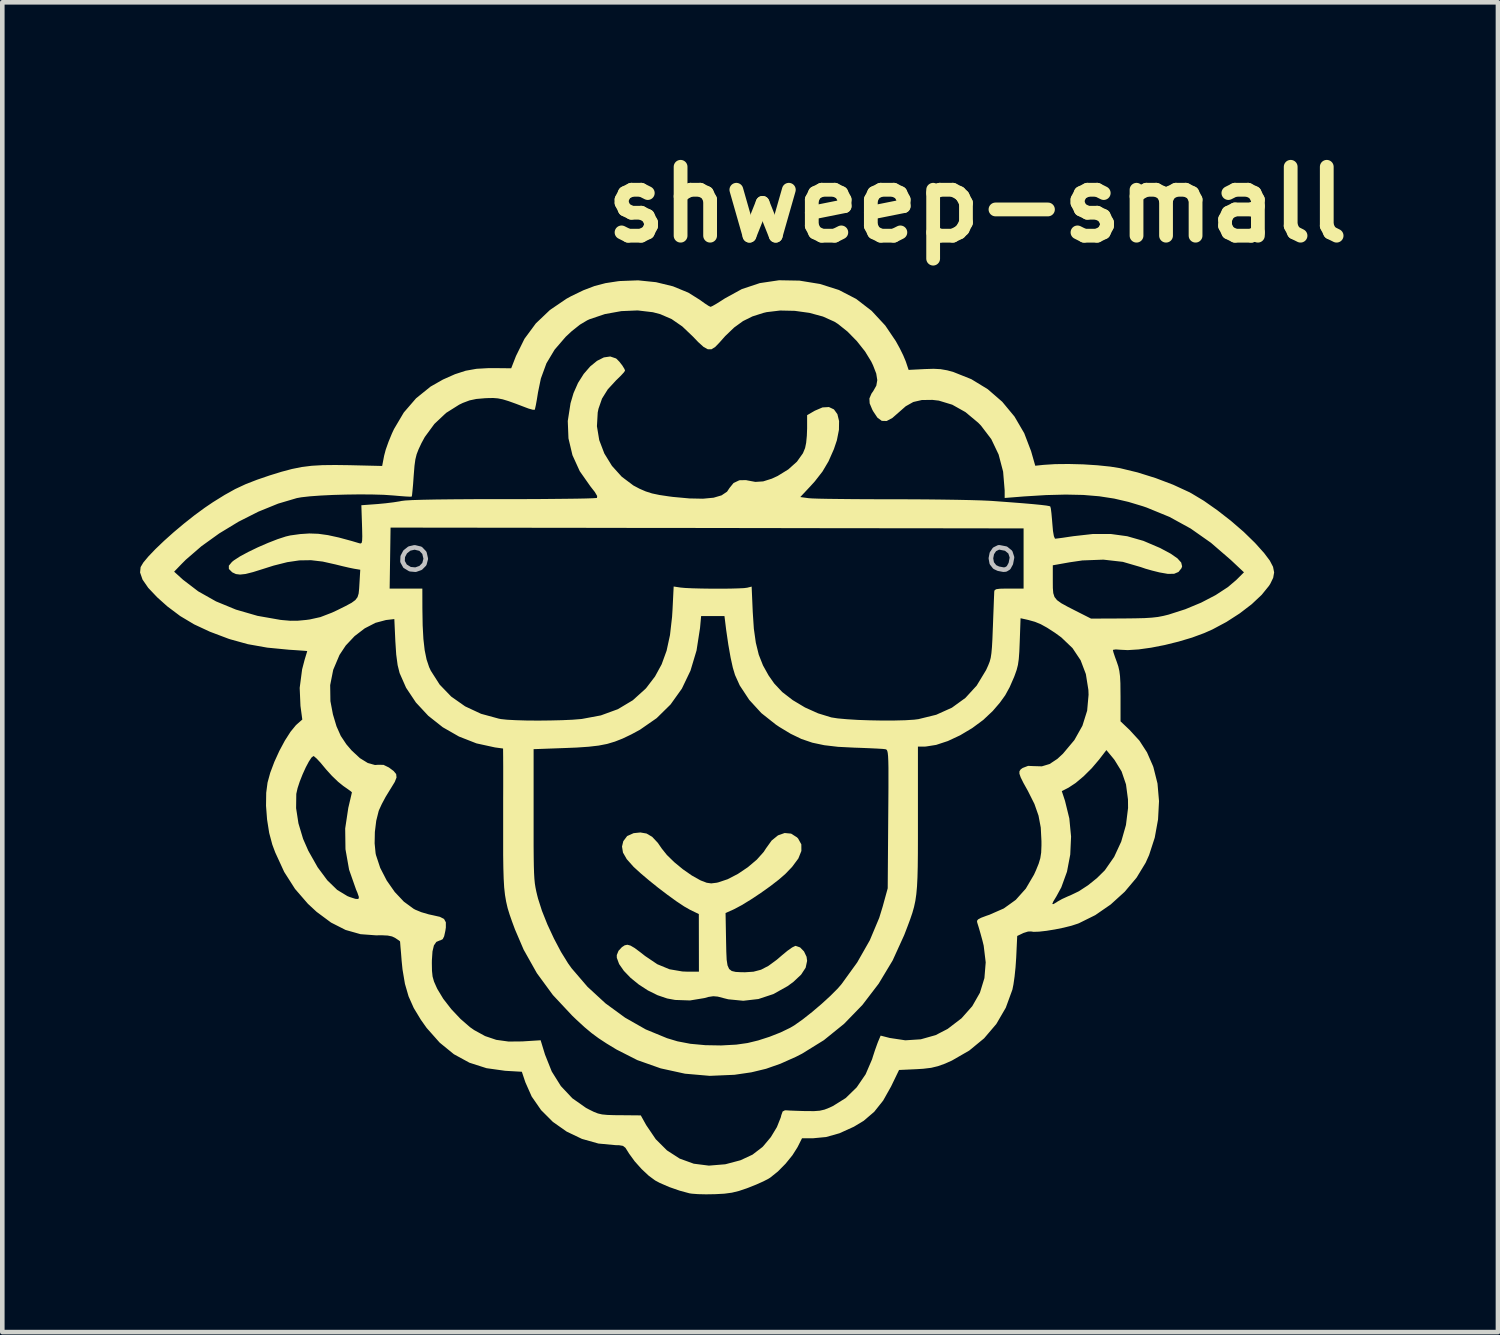
<source format=kicad_pcb>
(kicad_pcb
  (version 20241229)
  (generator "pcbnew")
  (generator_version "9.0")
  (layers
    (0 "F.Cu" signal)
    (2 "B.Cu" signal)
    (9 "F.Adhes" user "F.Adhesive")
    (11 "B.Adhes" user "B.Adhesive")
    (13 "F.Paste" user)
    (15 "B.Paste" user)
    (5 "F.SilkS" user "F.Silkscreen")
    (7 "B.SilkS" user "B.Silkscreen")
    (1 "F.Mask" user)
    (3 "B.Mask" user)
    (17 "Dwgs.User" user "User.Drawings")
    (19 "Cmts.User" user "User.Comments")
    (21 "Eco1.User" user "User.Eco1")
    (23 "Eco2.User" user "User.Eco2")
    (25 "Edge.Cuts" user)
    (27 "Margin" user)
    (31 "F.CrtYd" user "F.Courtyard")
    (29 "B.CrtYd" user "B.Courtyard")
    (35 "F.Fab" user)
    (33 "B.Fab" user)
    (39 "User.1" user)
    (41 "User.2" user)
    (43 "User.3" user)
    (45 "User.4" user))
  (footprint "shweep-small"
    (layer "F.Cu")
    (at 12.469 12.834)
    (property "Reference" "shweep-small" (at 5.766 -11.43 0) (layer "F.SilkS") (effects (font (size 1.5 1.5) (thickness 0.3))))
    (attr board_only exclude_from_pos_files exclude_from_bom)
    (fp_poly (pts (xy 5.558 -3.829) (xy 5.569 -3.794) (xy 5.577 -3.722) (xy 5.582 -3.606) (xy 5.585 -3.438) (xy 5.584 -3.212) (xy 5.582 -2.919) (xy 5.581 -2.853) (xy 5.576 -2.579) (xy 5.57 -2.323) (xy 5.562 -2.097) (xy 5.553 -1.912) (xy 5.543 -1.78) (xy 5.534 -1.715) (xy 5.447 -1.51) (xy 5.304 -1.307) (xy 5.117 -1.12) (xy 4.904 -0.966) (xy 4.713 -0.872) (xy 4.618 -0.851) (xy 4.462 -0.832) (xy 4.259 -0.817) (xy 4.022 -0.805) (xy 3.764 -0.796) (xy 3.498 -0.792) (xy 3.238 -0.791) (xy 2.997 -0.795) (xy 2.789 -0.803) (xy 2.625 -0.816) (xy 2.52 -0.834) (xy 2.506 -0.838) (xy 2.301 -0.934) (xy 2.086 -1.064) (xy 1.891 -1.208) (xy 1.779 -1.312) (xy 2.627 -1.312) (xy 2.64 -1.277) (xy 2.674 -1.249) (xy 2.762 -1.212) (xy 2.868 -1.197) (xy 2.928 -1.204) (xy 2.991 -1.232) (xy 3.07 -1.289) (xy 3.175 -1.384) (xy 3.319 -1.524) (xy 3.52 -1.725) (xy 3.73 -1.937) (xy 3.943 -2.154) (xy 4.152 -2.368) (xy 4.351 -2.574) (xy 4.534 -2.764) (xy 4.693 -2.932) (xy 4.823 -3.071) (xy 4.917 -3.173) (xy 4.968 -3.233) (xy 4.975 -3.246) (xy 4.951 -3.288) (xy 4.888 -3.36) (xy 4.847 -3.401) (xy 4.719 -3.526) (xy 4.613 -3.449) (xy 4.547 -3.392) (xy 4.434 -3.286) (xy 4.28 -3.135) (xy 4.09 -2.944) (xy 3.868 -2.718) (xy 3.62 -2.462) (xy 3.349 -2.182) (xy 3.194 -2.02) (xy 3.049 -1.864) (xy 2.913 -1.712) (xy 2.8 -1.58) (xy 2.723 -1.481) (xy 2.711 -1.464) (xy 2.65 -1.368) (xy 2.627 -1.312) (xy 1.779 -1.312) (xy 1.762 -1.329) (xy 1.663 -1.444) (xy 1.581 -1.561) (xy 1.515 -1.688) (xy 1.463 -1.835) (xy 1.422 -2.011) (xy 1.422 -2.012) (xy 1.908 -2.012) (xy 1.933 -1.929) (xy 1.994 -1.841) (xy 2.067 -1.776) (xy 2.118 -1.758) (xy 2.16 -1.784) (xy 2.242 -1.855) (xy 2.353 -1.96) (xy 2.482 -2.09) (xy 2.513 -2.123) (xy 2.677 -2.293) (xy 2.857 -2.475) (xy 3.028 -2.646) (xy 3.153 -2.768) (xy 3.355 -2.972) (xy 3.495 -3.135) (xy 3.573 -3.255) (xy 3.591 -3.319) (xy 3.563 -3.371) (xy 3.497 -3.426) (xy 3.428 -3.458) (xy 3.351 -3.458) (xy 3.26 -3.423) (xy 3.146 -3.347) (xy 3.001 -3.226) (xy 2.816 -3.054) (xy 2.754 -2.994) (xy 2.499 -2.742) (xy 2.285 -2.519) (xy 2.116 -2.33) (xy 1.995 -2.178) (xy 1.925 -2.067) (xy 1.908 -2.012) (xy 1.422 -2.012) (xy 1.391 -2.225) (xy 1.367 -2.485) (xy 1.348 -2.802) (xy 1.332 -3.184) (xy 1.331 -3.208) (xy 1.309 -3.816) (xy 3.401 -3.816) (xy 3.791 -3.816) (xy 4.159 -3.817) (xy 4.498 -3.818) (xy 4.801 -3.82) (xy 5.062 -3.823) (xy 5.273 -3.826) (xy 5.428 -3.829) (xy 5.52 -3.832) (xy 5.543 -3.835)) (stroke (width 0) (type solid)) (fill yes) (layer "F.Mask"))
    (fp_poly (pts (xy -3.105 -3.834) (xy -2.702 -3.834) (xy -2.364 -3.832) (xy -2.084 -3.831) (xy -1.858 -3.828) (xy -1.68 -3.824) (xy -1.545 -3.82) (xy -1.447 -3.814) (xy -1.382 -3.807) (xy -1.344 -3.798) (xy -1.327 -3.787) (xy -1.326 -3.778) (xy -1.345 -3.671) (xy -1.364 -3.492) (xy -1.383 -3.242) (xy -1.402 -2.925) (xy -1.417 -2.6) (xy -1.428 -2.356) (xy -1.439 -2.174) (xy -1.451 -2.038) (xy -1.468 -1.935) (xy -1.49 -1.852) (xy -1.52 -1.773) (xy -1.553 -1.702) (xy -1.693 -1.468) (xy -1.876 -1.252) (xy -2.08 -1.077) (xy -2.155 -1.028) (xy -2.295 -0.955) (xy -2.445 -0.897) (xy -2.613 -0.853) (xy -2.811 -0.822) (xy -3.05 -0.802) (xy -3.34 -0.791) (xy -3.692 -0.788) (xy -3.756 -0.788) (xy -4.102 -0.791) (xy -4.376 -0.799) (xy -4.581 -0.81) (xy -4.718 -0.826) (xy -4.77 -0.838) (xy -5.043 -0.953) (xy -5.294 -1.111) (xy -5.456 -1.255) (xy -4.621 -1.255) (xy -4.598 -1.218) (xy -4.556 -1.199) (xy -4.45 -1.167) (xy -4.354 -1.167) (xy -4.252 -1.207) (xy -4.129 -1.291) (xy -3.999 -1.398) (xy -3.892 -1.494) (xy -3.752 -1.625) (xy -3.587 -1.784) (xy -3.404 -1.964) (xy -3.21 -2.157) (xy -3.012 -2.355) (xy -2.818 -2.552) (xy -2.634 -2.74) (xy -2.469 -2.912) (xy -2.329 -3.06) (xy -2.221 -3.178) (xy -2.153 -3.257) (xy -2.132 -3.29) (xy -2.158 -3.345) (xy -2.216 -3.408) (xy -2.305 -3.481) (xy -2.373 -3.517) (xy -2.438 -3.513) (xy -2.517 -3.467) (xy -2.626 -3.375) (xy -2.687 -3.32) (xy -2.789 -3.225) (xy -2.925 -3.092) (xy -3.088 -2.928) (xy -3.271 -2.742) (xy -3.467 -2.54) (xy -3.668 -2.332) (xy -3.866 -2.123) (xy -4.055 -1.924) (xy -4.227 -1.74) (xy -4.374 -1.58) (xy -4.49 -1.451) (xy -4.566 -1.362) (xy -4.593 -1.324) (xy -4.621 -1.255) (xy -5.456 -1.255) (xy -5.508 -1.302) (xy -5.669 -1.511) (xy -5.726 -1.62) (xy -5.752 -1.682) (xy -5.772 -1.745) (xy -5.788 -1.819) (xy -5.799 -1.913) (xy -5.803 -1.965) (xy -5.312 -1.965) (xy -5.284 -1.845) (xy -5.212 -1.757) (xy -5.113 -1.72) (xy -5.11 -1.72) (xy -5.055 -1.746) (xy -4.955 -1.827) (xy -4.808 -1.961) (xy -4.614 -2.151) (xy -4.384 -2.384) (xy -4.199 -2.576) (xy -4.026 -2.758) (xy -3.874 -2.922) (xy -3.752 -3.057) (xy -3.668 -3.154) (xy -3.637 -3.193) (xy -3.538 -3.338) (xy -3.641 -3.427) (xy -3.715 -3.484) (xy -3.771 -3.495) (xy -3.847 -3.464) (xy -3.864 -3.455) (xy -3.924 -3.412) (xy -4.027 -3.324) (xy -4.165 -3.199) (xy -4.329 -3.044) (xy -4.51 -2.869) (xy -4.648 -2.734) (xy -4.859 -2.523) (xy -5.021 -2.357) (xy -5.141 -2.229) (xy -5.224 -2.133) (xy -5.277 -2.062) (xy -5.304 -2.008) (xy -5.312 -1.966) (xy -5.312 -1.965) (xy -5.803 -1.965) (xy -5.808 -2.038) (xy -5.815 -2.204) (xy -5.821 -2.42) (xy -5.826 -2.698) (xy -5.828 -2.824) (xy -5.845 -3.834) (xy -3.577 -3.834)) (stroke (width 0) (type solid)) (fill yes) (layer "F.Mask"))
    (fp_poly (pts (xy -1.44 2.267) (xy -1.317 2.339) (xy -1.195 2.469) (xy -1.108 2.595) (xy -0.996 2.735) (xy -0.836 2.891) (xy -0.649 3.045) (xy -0.454 3.181) (xy -0.272 3.283) (xy -0.25 3.293) (xy -0.13 3.339) (xy -0.032 3.353) (xy 0.084 3.339) (xy 0.121 3.331) (xy 0.327 3.262) (xy 0.549 3.147) (xy 0.767 3) (xy 0.961 2.836) (xy 1.112 2.667) (xy 1.161 2.591) (xy 1.285 2.419) (xy 1.423 2.307) (xy 1.568 2.256) (xy 1.708 2.269) (xy 1.836 2.35) (xy 1.861 2.376) (xy 1.931 2.503) (xy 1.932 2.647) (xy 1.866 2.811) (xy 1.729 2.995) (xy 1.581 3.149) (xy 1.439 3.272) (xy 1.255 3.414) (xy 1.047 3.562) (xy 0.835 3.703) (xy 0.637 3.824) (xy 0.473 3.912) (xy 0.443 3.926) (xy 0.281 3.998) (xy 0.292 4.598) (xy 0.297 4.84) (xy 0.305 5.017) (xy 0.324 5.139) (xy 0.359 5.217) (xy 0.416 5.261) (xy 0.502 5.281) (xy 0.621 5.287) (xy 0.708 5.288) (xy 0.889 5.276) (xy 1.053 5.233) (xy 1.216 5.148) (xy 1.396 5.016) (xy 1.515 4.914) (xy 1.629 4.82) (xy 1.729 4.749) (xy 1.797 4.715) (xy 1.807 4.714) (xy 1.904 4.747) (xy 1.989 4.834) (xy 2.045 4.951) (xy 2.057 5.04) (xy 2.025 5.189) (xy 1.926 5.34) (xy 1.758 5.498) (xy 1.634 5.589) (xy 1.323 5.763) (xy 0.997 5.871) (xy 0.667 5.909) (xy 0.34 5.877) (xy 0.236 5.851) (xy 0.11 5.818) (xy 0.014 5.81) (xy -0.089 5.825) (xy -0.184 5.851) (xy -0.493 5.902) (xy -0.817 5.891) (xy -0.991 5.859) (xy -1.2 5.788) (xy -1.41 5.684) (xy -1.61 5.554) (xy -1.788 5.409) (xy -1.934 5.257) (xy -2.037 5.109) (xy -2.087 4.973) (xy -2.088 4.914) (xy -2.05 4.821) (xy -1.974 4.739) (xy -1.915 4.701) (xy -1.857 4.689) (xy -1.79 4.707) (xy -1.699 4.76) (xy -1.573 4.854) (xy -1.471 4.934) (xy -1.206 5.113) (xy -0.94 5.223) (xy -0.659 5.271) (xy -0.56 5.275) (xy -0.299 5.275) (xy -0.3 4.648) (xy -0.301 4.021) (xy -0.496 3.926) (xy -0.622 3.854) (xy -0.789 3.743) (xy -0.981 3.604) (xy -1.185 3.449) (xy -1.385 3.288) (xy -1.567 3.134) (xy -1.716 2.998) (xy -1.725 2.989) (xy -1.871 2.825) (xy -1.953 2.682) (xy -1.974 2.55) (xy -1.946 2.434) (xy -1.862 2.322) (xy -1.721 2.259) (xy -1.574 2.244)) (stroke (width 0) (type solid)) (fill yes) (layer "F.SilkS"))
    (fp_poly (pts (xy 1.89 -9.773) (xy 2.338 -9.7) (xy 2.75 -9.569) (xy 3.126 -9.374) (xy 3.462 -9.115) (xy 3.759 -8.795) (xy 3.988 -8.456) (xy 4.073 -8.302) (xy 4.149 -8.148) (xy 4.202 -8.022) (xy 4.209 -8.003) (xy 4.267 -7.829) (xy 4.617 -7.847) (xy 4.812 -7.853) (xy 4.964 -7.845) (xy 5.107 -7.82) (xy 5.242 -7.783) (xy 5.633 -7.627) (xy 5.99 -7.409) (xy 6.306 -7.135) (xy 6.573 -6.813) (xy 6.785 -6.45) (xy 6.934 -6.06) (xy 7.025 -5.742) (xy 7.206 -5.761) (xy 7.458 -5.777) (xy 7.754 -5.78) (xy 8.069 -5.772) (xy 8.379 -5.752) (xy 8.661 -5.723) (xy 8.871 -5.689) (xy 9.255 -5.596) (xy 9.65 -5.472) (xy 10.029 -5.328) (xy 10.365 -5.173) (xy 10.428 -5.14) (xy 10.696 -4.979) (xy 10.988 -4.774) (xy 11.285 -4.543) (xy 11.564 -4.302) (xy 11.805 -4.067) (xy 11.833 -4.037) (xy 12.01 -3.839) (xy 12.132 -3.677) (xy 12.203 -3.541) (xy 12.227 -3.419) (xy 12.206 -3.301) (xy 12.145 -3.175) (xy 12.115 -3.127) (xy 11.956 -2.931) (xy 11.739 -2.727) (xy 11.478 -2.527) (xy 11.188 -2.34) (xy 10.883 -2.177) (xy 10.705 -2.098) (xy 10.44 -2) (xy 10.148 -1.913) (xy 9.845 -1.838) (xy 9.549 -1.78) (xy 9.276 -1.742) (xy 9.04 -1.727) (xy 8.877 -1.735) (xy 8.78 -1.742) (xy 8.723 -1.734) (xy 8.716 -1.726) (xy 8.728 -1.677) (xy 8.76 -1.581) (xy 8.799 -1.474) (xy 8.833 -1.374) (xy 8.856 -1.274) (xy 8.871 -1.157) (xy 8.879 -1.007) (xy 8.881 -0.805) (xy 8.882 -0.715) (xy 8.882 -0.176) (xy 9.078 0.01) (xy 9.293 0.244) (xy 9.458 0.499) (xy 9.59 0.8) (xy 9.599 0.827) (xy 9.687 1.178) (xy 9.72 1.561) (xy 9.699 1.96) (xy 9.627 2.357) (xy 9.504 2.736) (xy 9.428 2.905) (xy 9.23 3.23) (xy 8.972 3.536) (xy 8.668 3.812) (xy 8.332 4.044) (xy 7.979 4.219) (xy 7.954 4.229) (xy 7.813 4.275) (xy 7.64 4.318) (xy 7.452 4.356) (xy 7.268 4.386) (xy 7.108 4.404) (xy 6.987 4.408) (xy 6.937 4.4) (xy 6.869 4.401) (xy 6.773 4.431) (xy 6.757 4.438) (xy 6.632 4.498) (xy 6.61 4.97) (xy 6.596 5.176) (xy 6.575 5.379) (xy 6.55 5.554) (xy 6.527 5.667) (xy 6.383 6.061) (xy 6.177 6.415) (xy 5.911 6.727) (xy 5.588 6.993) (xy 5.21 7.211) (xy 5.06 7.278) (xy 4.907 7.333) (xy 4.758 7.369) (xy 4.582 7.39) (xy 4.433 7.399) (xy 4.059 7.416) (xy 3.885 7.776) (xy 3.713 8.082) (xy 3.518 8.327) (xy 3.289 8.523) (xy 3.075 8.652) (xy 2.762 8.794) (xy 2.471 8.876) (xy 2.188 8.903) (xy 2.182 8.903) (xy 1.946 8.903) (xy 1.849 9.096) (xy 1.738 9.272) (xy 1.588 9.457) (xy 1.42 9.627) (xy 1.254 9.76) (xy 1.211 9.787) (xy 1.102 9.843) (xy 0.95 9.911) (xy 0.785 9.977) (xy 0.743 9.993) (xy 0.571 10.051) (xy 0.419 10.088) (xy 0.255 10.11) (xy 0.049 10.121) (xy 0.037 10.121) (xy -0.145 10.124) (xy -0.316 10.12) (xy -0.451 10.11) (xy -0.505 10.102) (xy -0.719 10.044) (xy -0.946 9.965) (xy -1.153 9.875) (xy -1.252 9.822) (xy -1.392 9.719) (xy -1.548 9.573) (xy -1.697 9.406) (xy -1.818 9.24) (xy -1.846 9.195) (xy -1.899 9.111) (xy -1.953 9.069) (xy -2.034 9.055) (xy -2.116 9.053) (xy -2.488 9.018) (xy -2.846 8.917) (xy -3.179 8.758) (xy -3.479 8.547) (xy -3.736 8.29) (xy -3.941 7.994) (xy -4.079 7.683) (xy -4.155 7.455) (xy -4.518 7.434) (xy -4.925 7.377) (xy -5.296 7.258) (xy -5.635 7.073) (xy -5.944 6.821) (xy -6.228 6.501) (xy -6.354 6.323) (xy -6.509 6.067) (xy -6.622 5.813) (xy -6.701 5.54) (xy -6.754 5.226) (xy -6.773 5.037) (xy -6.786 4.87) (xy -6.798 4.734) (xy -6.805 4.644) (xy -6.808 4.615) (xy -6.836 4.593) (xy -6.903 4.548) (xy -6.91 4.543) (xy -6.982 4.508) (xy -7.075 4.489) (xy -7.211 4.482) (xy -7.331 4.484) (xy -7.668 4.459) (xy -7.993 4.367) (xy -8.31 4.206) (xy -8.624 3.973) (xy -8.813 3.798) (xy -9.094 3.474) (xy -9.33 3.104) (xy -9.526 2.678) (xy -9.589 2.509) (xy -9.657 2.254) (xy -9.703 1.963) (xy -9.722 1.715) (xy -9.071 1.715) (xy -9.02 2.046) (xy -8.919 2.383) (xy -8.805 2.643) (xy -8.602 3.002) (xy -8.392 3.285) (xy -8.176 3.495) (xy -7.953 3.63) (xy -7.903 3.65) (xy -7.779 3.69) (xy -7.715 3.693) (xy -7.703 3.652) (xy -7.736 3.556) (xy -7.765 3.488) (xy -7.917 3.055) (xy -7.996 2.609) (xy -8.002 2.157) (xy -7.934 1.705) (xy -7.93 1.69) (xy -7.897 1.549) (xy -7.871 1.438) (xy -7.857 1.376) (xy -7.856 1.369) (xy -7.884 1.344) (xy -7.958 1.291) (xy -8.044 1.231) (xy -8.158 1.139) (xy -8.291 1.011) (xy -8.417 0.872) (xy -8.442 0.842) (xy -8.539 0.725) (xy -8.623 0.635) (xy -8.68 0.586) (xy -8.693 0.58) (xy -8.736 0.613) (xy -8.794 0.701) (xy -8.861 0.827) (xy -8.929 0.977) (xy -8.991 1.133) (xy -9.039 1.279) (xy -9.066 1.399) (xy -9.067 1.411) (xy -9.071 1.715) (xy -9.722 1.715) (xy -9.726 1.663) (xy -9.722 1.38) (xy -9.693 1.158) (xy -9.634 0.943) (xy -9.545 0.707) (xy -9.436 0.468) (xy -9.316 0.244) (xy -9.193 0.052) (xy -9.077 -0.09) (xy -9.048 -0.117) (xy -8.936 -0.215) (xy -8.976 -0.512) (xy -8.993 -0.904) (xy -8.985 -0.965) (xy -8.329 -0.965) (xy -8.324 -0.616) (xy -8.269 -0.327) (xy -8.191 -0.067) (xy -8.098 0.142) (xy -7.976 0.325) (xy -7.862 0.458) (xy -7.681 0.626) (xy -7.509 0.732) (xy -7.353 0.775) (xy -7.283 0.77) (xy -7.167 0.772) (xy -7.05 0.829) (xy -6.947 0.906) (xy -6.892 0.972) (xy -6.884 1.046) (xy -6.922 1.143) (xy -7.006 1.281) (xy -7.028 1.316) (xy -7.121 1.468) (xy -7.205 1.625) (xy -7.265 1.756) (xy -7.273 1.777) (xy -7.326 1.989) (xy -7.356 2.234) (xy -7.361 2.481) (xy -7.34 2.697) (xy -7.332 2.735) (xy -7.239 3.016) (xy -7.098 3.29) (xy -6.923 3.54) (xy -6.724 3.751) (xy -6.512 3.906) (xy -6.475 3.926) (xy -6.344 3.98) (xy -6.184 4.027) (xy -6.096 4.046) (xy -5.941 4.081) (xy -5.85 4.127) (xy -5.81 4.2) (xy -5.81 4.314) (xy -5.821 4.387) (xy -5.847 4.505) (xy -5.878 4.567) (xy -5.926 4.592) (xy -5.939 4.594) (xy -6.017 4.627) (xy -6.07 4.704) (xy -6.101 4.834) (xy -6.114 5.026) (xy -6.115 5.088) (xy -6.112 5.257) (xy -6.099 5.381) (xy -6.068 5.491) (xy -6.013 5.615) (xy -5.995 5.653) (xy -5.866 5.867) (xy -5.691 6.092) (xy -5.49 6.305) (xy -5.284 6.484) (xy -5.194 6.547) (xy -4.955 6.678) (xy -4.712 6.76) (xy -4.444 6.797) (xy -4.131 6.794) (xy -4.127 6.793) (xy -3.746 6.769) (xy -3.651 7.08) (xy -3.504 7.449) (xy -3.305 7.767) (xy -3.056 8.032) (xy -2.759 8.241) (xy -2.695 8.275) (xy -2.588 8.328) (xy -2.499 8.363) (xy -2.408 8.384) (xy -2.295 8.395) (xy -2.14 8.4) (xy -2.01 8.401) (xy -1.565 8.405) (xy -1.447 8.617) (xy -1.239 8.924) (xy -0.995 9.167) (xy -0.718 9.346) (xy -0.412 9.457) (xy -0.082 9.499) (xy 0.269 9.47) (xy 0.286 9.467) (xy 0.606 9.382) (xy 0.868 9.26) (xy 1.084 9.094) (xy 1.102 9.075) (xy 1.267 8.878) (xy 1.399 8.66) (xy 1.484 8.447) (xy 1.495 8.4) (xy 1.524 8.32) (xy 1.575 8.294) (xy 1.611 8.295) (xy 1.689 8.3) (xy 1.818 8.305) (xy 1.976 8.31) (xy 2.039 8.311) (xy 2.209 8.312) (xy 2.332 8.303) (xy 2.436 8.279) (xy 2.547 8.235) (xy 2.619 8.201) (xy 2.898 8.027) (xy 3.137 7.794) (xy 3.331 7.51) (xy 3.472 7.182) (xy 3.489 7.126) (xy 3.535 6.985) (xy 3.584 6.848) (xy 3.601 6.803) (xy 3.658 6.668) (xy 3.857 6.719) (xy 4.196 6.77) (xy 4.533 6.748) (xy 4.856 6.657) (xy 5.117 6.522) (xy 5.419 6.291) (xy 5.653 6.027) (xy 5.82 5.734) (xy 5.918 5.415) (xy 5.946 5.072) (xy 5.902 4.709) (xy 5.874 4.594) (xy 5.832 4.442) (xy 5.794 4.311) (xy 5.767 4.224) (xy 5.762 4.209) (xy 5.756 4.17) (xy 5.78 4.137) (xy 5.845 4.102) (xy 5.965 4.057) (xy 6.027 4.036) (xy 6.339 3.899) (xy 6.475 3.802) (xy 7.396 3.802) (xy 7.421 3.804) (xy 7.493 3.761) (xy 7.513 3.747) (xy 7.609 3.693) (xy 7.736 3.635) (xy 7.79 3.613) (xy 7.973 3.525) (xy 8.174 3.394) (xy 8.368 3.238) (xy 8.532 3.076) (xy 8.542 3.065) (xy 8.743 2.776) (xy 8.897 2.443) (xy 9 2.082) (xy 9.046 1.711) (xy 9.044 1.524) (xy 9.001 1.197) (xy 8.905 0.915) (xy 8.751 0.665) (xy 8.721 0.627) (xy 8.574 0.45) (xy 8.415 0.657) (xy 8.256 0.844) (xy 8.079 1.02) (xy 7.904 1.167) (xy 7.749 1.269) (xy 7.741 1.273) (xy 7.603 1.344) (xy 7.673 1.556) (xy 7.767 1.939) (xy 7.805 2.334) (xy 7.787 2.725) (xy 7.716 3.098) (xy 7.592 3.44) (xy 7.484 3.638) (xy 7.417 3.748) (xy 7.396 3.802) (xy 6.475 3.802) (xy 6.601 3.711) (xy 6.819 3.467) (xy 6.998 3.162) (xy 7.041 3.067) (xy 7.1 2.922) (xy 7.135 2.804) (xy 7.154 2.682) (xy 7.16 2.529) (xy 7.16 2.432) (xy 7.145 2.137) (xy 7.096 1.877) (xy 7.007 1.623) (xy 6.869 1.348) (xy 6.864 1.338) (xy 6.768 1.166) (xy 6.708 1.045) (xy 6.68 0.964) (xy 6.681 0.91) (xy 6.708 0.87) (xy 6.751 0.839) (xy 6.869 0.794) (xy 6.988 0.799) (xy 7.169 0.804) (xy 7.338 0.753) (xy 7.507 0.641) (xy 7.628 0.529) (xy 7.877 0.232) (xy 8.052 -0.08) (xy 8.155 -0.408) (xy 8.186 -0.755) (xy 8.182 -0.86) (xy 8.127 -1.205) (xy 8.013 -1.506) (xy 7.836 -1.771) (xy 7.592 -2.004) (xy 7.456 -2.103) (xy 7.283 -2.215) (xy 7.145 -2.291) (xy 7.019 -2.343) (xy 6.879 -2.382) (xy 6.846 -2.39) (xy 6.705 -2.421) (xy 6.687 -1.912) (xy 6.678 -1.694) (xy 6.666 -1.532) (xy 6.648 -1.406) (xy 6.62 -1.296) (xy 6.58 -1.183) (xy 6.564 -1.141) (xy 6.468 -0.921) (xy 6.371 -0.744) (xy 6.253 -0.58) (xy 6.098 -0.4) (xy 5.893 -0.207) (xy 5.651 -0.028) (xy 5.389 0.128) (xy 5.122 0.253) (xy 4.867 0.337) (xy 4.64 0.373) (xy 4.609 0.374) (xy 4.47 0.374) (xy 4.47 1.955) (xy 4.47 2.361) (xy 4.469 2.702) (xy 4.466 2.986) (xy 4.46 3.222) (xy 4.45 3.419) (xy 4.435 3.586) (xy 4.414 3.732) (xy 4.385 3.867) (xy 4.348 3.998) (xy 4.301 4.136) (xy 4.244 4.289) (xy 4.176 4.466) (xy 4.169 4.483) (xy 3.92 5.03) (xy 3.615 5.537) (xy 3.261 6) (xy 2.861 6.412) (xy 2.422 6.767) (xy 1.947 7.061) (xy 1.814 7.129) (xy 1.476 7.28) (xy 1.163 7.39) (xy 0.844 7.467) (xy 0.488 7.519) (xy 0.474 7.521) (xy -0.063 7.544) (xy -0.603 7.497) (xy -1.132 7.381) (xy -1.641 7.201) (xy -2.093 6.971) (xy -2.309 6.84) (xy -2.484 6.725) (xy -2.637 6.612) (xy -2.79 6.484) (xy -2.963 6.325) (xy -3.062 6.23) (xy -3.479 5.784) (xy -3.828 5.308) (xy -4.116 4.796) (xy -4.305 4.355) (xy -4.369 4.182) (xy -4.422 4.03) (xy -4.465 3.89) (xy -4.497 3.751) (xy -4.522 3.605) (xy -4.54 3.44) (xy -4.551 3.248) (xy -4.558 3.017) (xy -4.562 2.738) (xy -4.562 2.401) (xy -4.562 2.237) (xy -3.899 2.237) (xy -3.899 2.537) (xy -3.897 2.78) (xy -3.894 2.974) (xy -3.889 3.129) (xy -3.882 3.253) (xy -3.872 3.355) (xy -3.858 3.443) (xy -3.841 3.527) (xy -3.82 3.615) (xy -3.802 3.685) (xy -3.717 3.951) (xy -3.598 4.249) (xy -3.456 4.554) (xy -3.303 4.844) (xy -3.148 5.095) (xy -3.072 5.201) (xy -2.726 5.604) (xy -2.334 5.965) (xy -1.907 6.277) (xy -1.457 6.533) (xy -0.993 6.724) (xy -0.767 6.792) (xy -0.485 6.846) (xy -0.159 6.876) (xy 0.184 6.882) (xy 0.515 6.864) (xy 0.761 6.829) (xy 0.991 6.773) (xy 1.239 6.693) (xy 1.48 6.598) (xy 1.687 6.498) (xy 1.777 6.445) (xy 1.961 6.315) (xy 2.165 6.154) (xy 2.372 5.978) (xy 2.563 5.803) (xy 2.723 5.643) (xy 2.806 5.547) (xy 3.147 5.075) (xy 3.422 4.592) (xy 3.627 4.104) (xy 3.701 3.863) (xy 3.812 3.46) (xy 3.823 1.953) (xy 3.826 1.578) (xy 3.828 1.271) (xy 3.828 1.025) (xy 3.828 0.833) (xy 3.825 0.688) (xy 3.82 0.584) (xy 3.813 0.514) (xy 3.803 0.47) (xy 3.791 0.446) (xy 3.775 0.435) (xy 3.76 0.431) (xy 3.698 0.424) (xy 3.576 0.417) (xy 3.408 0.409) (xy 3.21 0.401) (xy 3.086 0.397) (xy 2.73 0.379) (xy 2.431 0.344) (xy 2.171 0.289) (xy 1.933 0.208) (xy 1.699 0.095) (xy 1.452 -0.054) (xy 1.375 -0.106) (xy 1.061 -0.355) (xy 0.797 -0.643) (xy 0.59 -0.957) (xy 0.487 -1.185) (xy 0.439 -1.345) (xy 0.39 -1.569) (xy 0.341 -1.847) (xy 0.294 -2.169) (xy 0.279 -2.291) (xy 0.257 -2.469) (xy 0.003 -2.469) (xy -0.251 -2.469) (xy -0.275 -2.208) (xy -0.351 -1.719) (xy -0.483 -1.279) (xy -0.671 -0.887) (xy -0.917 -0.543) (xy -1.22 -0.245) (xy -1.583 0.007) (xy -1.772 0.109) (xy -1.958 0.198) (xy -2.128 0.265) (xy -2.298 0.316) (xy -2.483 0.352) (xy -2.7 0.377) (xy -2.963 0.395) (xy -3.212 0.405) (xy -3.899 0.43) (xy -3.899 1.87) (xy -3.899 2.237) (xy -4.562 2.237) (xy -4.562 2.132) (xy -4.562 1.815) (xy -4.562 1.514) (xy -4.561 1.239) (xy -4.561 1) (xy -4.561 0.808) (xy -4.562 0.672) (xy -4.562 0.61) (xy -4.564 0.416) (xy -4.741 0.392) (xy -5.143 0.304) (xy -5.524 0.155) (xy -5.877 -0.047) (xy -6.193 -0.297) (xy -6.462 -0.586) (xy -6.676 -0.907) (xy -6.817 -1.227) (xy -6.86 -1.4) (xy -6.891 -1.631) (xy -6.91 -1.922) (xy -6.932 -2.403) (xy -7.114 -2.382) (xy -7.343 -2.321) (xy -7.576 -2.201) (xy -7.797 -2.032) (xy -7.99 -1.827) (xy -8.126 -1.622) (xy -8.263 -1.298) (xy -8.329 -0.965) (xy -8.985 -0.965) (xy -8.94 -1.308) (xy -8.886 -1.515) (xy -8.854 -1.621) (xy -8.833 -1.69) (xy -8.829 -1.706) (xy -8.863 -1.71) (xy -8.957 -1.717) (xy -9.095 -1.727) (xy -9.224 -1.735) (xy -9.699 -1.781) (xy -10.121 -1.856) (xy -10.507 -1.963) (xy -10.549 -1.977) (xy -10.949 -2.128) (xy -11.292 -2.288) (xy -11.595 -2.469) (xy -11.876 -2.68) (xy -12.097 -2.878) (xy -12.291 -3.083) (xy -12.415 -3.263) (xy -12.469 -3.418) (xy -12.467 -3.435) (xy -11.727 -3.435) (xy -11.534 -3.26) (xy -11.203 -3.007) (xy -10.815 -2.788) (xy -10.381 -2.609) (xy -9.911 -2.473) (xy -9.416 -2.386) (xy -9.371 -2.381) (xy -9.196 -2.366) (xy -9.035 -2.367) (xy -8.853 -2.384) (xy -8.772 -2.395) (xy -8.542 -2.446) (xy -8.29 -2.543) (xy -8.174 -2.597) (xy -7.991 -2.688) (xy -7.863 -2.757) (xy -7.781 -2.817) (xy -7.733 -2.881) (xy -7.709 -2.96) (xy -7.698 -3.067) (xy -7.034 -3.067) (xy -6.678 -3.067) (xy -6.322 -3.067) (xy -6.321 -2.628) (xy -6.315 -2.266) (xy -6.299 -1.969) (xy -6.271 -1.724) (xy -6.23 -1.524) (xy -6.174 -1.356) (xy -6.137 -1.277) (xy -5.944 -0.975) (xy -5.693 -0.715) (xy -5.39 -0.502) (xy -5.043 -0.34) (xy -4.659 -0.235) (xy -4.608 -0.225) (xy -4.475 -0.211) (xy -4.285 -0.201) (xy -4.053 -0.194) (xy -3.797 -0.192) (xy -3.534 -0.195) (xy -3.281 -0.201) (xy -3.054 -0.211) (xy -2.869 -0.226) (xy -2.854 -0.227) (xy -2.435 -0.305) (xy -2.063 -0.441) (xy -1.739 -0.635) (xy -1.462 -0.885) (xy -1.441 -0.909) (xy -1.255 -1.153) (xy -1.111 -1.417) (xy -1.003 -1.714) (xy -0.929 -2.055) (xy -0.884 -2.45) (xy -0.874 -2.606) (xy -0.849 -3.112) (xy -0.696 -3.089) (xy -0.594 -3.08) (xy -0.44 -3.073) (xy -0.25 -3.068) (xy -0.04 -3.065) (xy 0.174 -3.065) (xy 0.377 -3.066) (xy 0.551 -3.071) (xy 0.682 -3.077) (xy 0.752 -3.086) (xy 0.849 -3.11) (xy 0.873 -2.556) (xy 0.897 -2.193) (xy 0.94 -1.888) (xy 1.004 -1.627) (xy 1.096 -1.394) (xy 1.218 -1.175) (xy 1.34 -1.001) (xy 1.514 -0.815) (xy 1.745 -0.637) (xy 2.011 -0.478) (xy 2.296 -0.35) (xy 2.579 -0.263) (xy 2.581 -0.262) (xy 2.723 -0.24) (xy 2.922 -0.222) (xy 3.163 -0.207) (xy 3.427 -0.198) (xy 3.699 -0.193) (xy 3.961 -0.194) (xy 4.196 -0.2) (xy 4.387 -0.212) (xy 4.481 -0.224) (xy 4.868 -0.319) (xy 5.21 -0.473) (xy 5.504 -0.686) (xy 5.75 -0.955) (xy 5.948 -1.282) (xy 5.962 -1.309) (xy 6.002 -1.398) (xy 6.033 -1.477) (xy 6.055 -1.559) (xy 6.07 -1.659) (xy 6.082 -1.791) (xy 6.092 -1.967) (xy 6.101 -2.202) (xy 6.103 -2.244) (xy 6.111 -2.468) (xy 6.119 -2.669) (xy 6.125 -2.834) (xy 6.13 -2.95) (xy 6.132 -3.002) (xy 6.142 -3.034) (xy 6.179 -3.054) (xy 6.258 -3.064) (xy 6.391 -3.067) (xy 6.453 -3.067) (xy 6.771 -3.067) (xy 6.771 -3.722) (xy 6.771 -4.377) (xy 4.741 -4.38) (xy 4.44 -4.38) (xy 4.071 -4.38) (xy 3.641 -4.381) (xy 3.158 -4.382) (xy 2.63 -4.382) (xy 2.062 -4.383) (xy 1.463 -4.384) (xy 0.839 -4.385) (xy 0.198 -4.386) (xy -0.452 -4.387) (xy -1.106 -4.387) (xy -1.755 -4.388) (xy -2.151 -4.389) (xy -7.014 -4.395) (xy -7.024 -3.731) (xy -7.034 -3.067) (xy -7.698 -3.067) (xy -7.698 -3.069) (xy -7.692 -3.169) (xy -7.674 -3.477) (xy -7.812 -3.5) (xy -7.919 -3.522) (xy -8.066 -3.556) (xy -8.211 -3.592) (xy -8.491 -3.655) (xy -8.747 -3.685) (xy -8.999 -3.681) (xy -9.264 -3.642) (xy -9.562 -3.567) (xy -9.792 -3.494) (xy -10.009 -3.426) (xy -10.171 -3.385) (xy -10.291 -3.372) (xy -10.381 -3.383) (xy -10.456 -3.418) (xy -10.466 -3.425) (xy -10.535 -3.494) (xy -10.536 -3.565) (xy -10.468 -3.647) (xy -10.426 -3.681) (xy -10.294 -3.767) (xy -10.114 -3.864) (xy -9.903 -3.966) (xy -9.684 -4.061) (xy -9.474 -4.143) (xy -9.296 -4.201) (xy -9.199 -4.224) (xy -8.981 -4.254) (xy -8.782 -4.267) (xy -8.586 -4.26) (xy -8.378 -4.231) (xy -8.14 -4.179) (xy -7.856 -4.102) (xy -7.692 -4.053) (xy -7.662 -4.049) (xy -7.643 -4.064) (xy -7.633 -4.113) (xy -7.63 -4.205) (xy -7.633 -4.355) (xy -7.636 -4.457) (xy -7.65 -4.882) (xy -7.295 -4.908) (xy -7.117 -4.925) (xy -6.947 -4.946) (xy -6.814 -4.967) (xy -6.777 -4.975) (xy -6.695 -4.985) (xy -6.541 -4.994) (xy -6.315 -5.001) (xy -6.018 -5.007) (xy -5.652 -5.011) (xy -5.218 -5.014) (xy -4.718 -5.015) (xy -4.588 -5.015) (xy -4.205 -5.015) (xy -3.844 -5.016) (xy -3.512 -5.019) (xy -3.216 -5.022) (xy -2.963 -5.025) (xy -2.761 -5.029) (xy -2.615 -5.034) (xy -2.533 -5.039) (xy -2.519 -5.042) (xy -2.515 -5.083) (xy -2.566 -5.17) (xy -2.663 -5.294) (xy -2.894 -5.623) (xy -3.053 -5.972) (xy -3.14 -6.338) (xy -3.155 -6.716) (xy -3.095 -7.103) (xy -3.03 -7.323) (xy -2.932 -7.545) (xy -2.808 -7.741) (xy -2.667 -7.904) (xy -2.518 -8.026) (xy -2.369 -8.101) (xy -2.23 -8.121) (xy -2.108 -8.08) (xy -2.093 -8.07) (xy -2.032 -8.008) (xy -1.967 -7.925) (xy -1.92 -7.848) (xy -1.908 -7.812) (xy -1.933 -7.775) (xy -1.999 -7.703) (xy -2.093 -7.611) (xy -2.099 -7.606) (xy -2.284 -7.405) (xy -2.409 -7.205) (xy -2.486 -6.984) (xy -2.503 -6.902) (xy -2.52 -6.602) (xy -2.47 -6.3) (xy -2.359 -6.009) (xy -2.193 -5.739) (xy -1.98 -5.503) (xy -1.726 -5.312) (xy -1.594 -5.242) (xy -1.458 -5.183) (xy -1.32 -5.139) (xy -1.158 -5.105) (xy -0.951 -5.074) (xy -0.865 -5.063) (xy -0.505 -5.03) (xy -0.211 -5.024) (xy 0.021 -5.046) (xy 0.194 -5.097) (xy 0.313 -5.177) (xy 0.369 -5.26) (xy 0.455 -5.366) (xy 0.582 -5.426) (xy 0.726 -5.429) (xy 0.753 -5.423) (xy 0.93 -5.39) (xy 1.1 -5.401) (xy 1.287 -5.46) (xy 1.415 -5.519) (xy 1.647 -5.662) (xy 1.835 -5.83) (xy 1.966 -6.014) (xy 2.013 -6.128) (xy 2.036 -6.24) (xy 2.051 -6.394) (xy 2.057 -6.556) (xy 2.057 -6.559) (xy 2.057 -6.843) (xy 2.224 -6.94) (xy 2.392 -7.012) (xy 2.532 -7.02) (xy 2.641 -6.969) (xy 2.716 -6.866) (xy 2.753 -6.715) (xy 2.75 -6.523) (xy 2.705 -6.296) (xy 2.64 -6.103) (xy 2.523 -5.838) (xy 2.391 -5.615) (xy 2.225 -5.402) (xy 2.13 -5.297) (xy 1.908 -5.06) (xy 2.093 -5.035) (xy 2.169 -5.03) (xy 2.311 -5.025) (xy 2.511 -5.021) (xy 2.759 -5.018) (xy 3.047 -5.015) (xy 3.366 -5.013) (xy 3.707 -5.012) (xy 3.917 -5.012) (xy 4.283 -5.011) (xy 4.647 -5.009) (xy 4.996 -5.005) (xy 5.319 -5) (xy 5.606 -4.994) (xy 5.845 -4.987) (xy 6.025 -4.979) (xy 6.079 -4.976) (xy 6.446 -4.949) (xy 6.744 -4.926) (xy 6.977 -4.906) (xy 7.149 -4.889) (xy 7.266 -4.875) (xy 7.332 -4.863) (xy 7.352 -4.855) (xy 7.364 -4.811) (xy 7.377 -4.709) (xy 7.39 -4.569) (xy 7.396 -4.493) (xy 7.411 -4.322) (xy 7.431 -4.207) (xy 7.454 -4.155) (xy 7.459 -4.153) (xy 7.512 -4.159) (xy 7.62 -4.173) (xy 7.766 -4.195) (xy 7.856 -4.208) (xy 8.283 -4.256) (xy 8.668 -4.256) (xy 9.027 -4.207) (xy 9.38 -4.106) (xy 9.743 -3.951) (xy 9.752 -3.946) (xy 9.971 -3.829) (xy 10.12 -3.726) (xy 10.203 -3.634) (xy 10.223 -3.551) (xy 10.209 -3.51) (xy 10.144 -3.429) (xy 10.049 -3.389) (xy 9.912 -3.387) (xy 9.73 -3.419) (xy 9.573 -3.458) (xy 9.425 -3.5) (xy 9.323 -3.535) (xy 8.932 -3.649) (xy 8.509 -3.697) (xy 8.052 -3.68) (xy 7.772 -3.639) (xy 7.407 -3.574) (xy 7.407 -3.23) (xy 7.408 -3.079) (xy 7.417 -2.968) (xy 7.444 -2.884) (xy 7.499 -2.815) (xy 7.592 -2.748) (xy 7.732 -2.671) (xy 7.914 -2.578) (xy 8.24 -2.413) (xy 8.936 -2.416) (xy 9.2 -2.419) (xy 9.404 -2.424) (xy 9.564 -2.434) (xy 9.696 -2.449) (xy 9.815 -2.472) (xy 9.928 -2.5) (xy 10.292 -2.617) (xy 10.638 -2.761) (xy 10.953 -2.925) (xy 11.221 -3.1) (xy 11.401 -3.253) (xy 11.57 -3.421) (xy 11.285 -3.689) (xy 10.851 -4.064) (xy 10.41 -4.374) (xy 9.949 -4.627) (xy 9.452 -4.831) (xy 9.371 -4.859) (xy 9.056 -4.954) (xy 8.743 -5.027) (xy 8.418 -5.077) (xy 8.07 -5.106) (xy 7.688 -5.114) (xy 7.259 -5.103) (xy 6.772 -5.073) (xy 6.649 -5.063) (xy 6.359 -5.04) (xy 6.359 -5.204) (xy 6.325 -5.614) (xy 6.227 -5.987) (xy 6.067 -6.322) (xy 5.844 -6.615) (xy 5.783 -6.678) (xy 5.505 -6.91) (xy 5.218 -7.071) (xy 4.925 -7.16) (xy 4.785 -7.176) (xy 4.555 -7.173) (xy 4.369 -7.13) (xy 4.204 -7.037) (xy 4.064 -6.914) (xy 3.913 -6.782) (xy 3.789 -6.716) (xy 3.683 -6.719) (xy 3.587 -6.79) (xy 3.494 -6.93) (xy 3.475 -6.966) (xy 3.419 -7.1) (xy 3.413 -7.206) (xy 3.458 -7.312) (xy 3.498 -7.369) (xy 3.564 -7.486) (xy 3.585 -7.607) (xy 3.562 -7.75) (xy 3.493 -7.928) (xy 3.454 -8.01) (xy 3.319 -8.23) (xy 3.141 -8.455) (xy 2.938 -8.662) (xy 2.731 -8.828) (xy 2.653 -8.878) (xy 2.402 -8.991) (xy 2.106 -9.071) (xy 1.788 -9.115) (xy 1.47 -9.122) (xy 1.176 -9.087) (xy 1.105 -9.07) (xy 0.867 -8.994) (xy 0.661 -8.892) (xy 0.468 -8.752) (xy 0.272 -8.564) (xy 0.147 -8.423) (xy 0.055 -8.328) (xy -0.025 -8.278) (xy -0.105 -8.278) (xy -0.199 -8.33) (xy -0.316 -8.436) (xy -0.427 -8.552) (xy -0.661 -8.775) (xy -0.894 -8.936) (xy -1.142 -9.043) (xy -1.302 -9.085) (xy -1.633 -9.124) (xy -1.989 -9.109) (xy -2.345 -9.045) (xy -2.678 -8.933) (xy -2.731 -8.909) (xy -2.889 -8.815) (xy -3.068 -8.673) (xy -3.2 -8.55) (xy -3.442 -8.269) (xy -3.62 -7.972) (xy -3.741 -7.641) (xy -3.803 -7.34) (xy -3.828 -7.184) (xy -3.851 -7.058) (xy -3.869 -6.978) (xy -3.876 -6.96) (xy -3.918 -6.962) (xy -4.006 -6.986) (xy -4.07 -7.01) (xy -4.285 -7.092) (xy -4.447 -7.15) (xy -4.572 -7.188) (xy -4.677 -7.209) (xy -4.779 -7.217) (xy -4.893 -7.215) (xy -4.962 -7.212) (xy -5.147 -7.196) (xy -5.294 -7.165) (xy -5.44 -7.11) (xy -5.519 -7.072) (xy -5.805 -6.892) (xy -6.06 -6.652) (xy -6.269 -6.367) (xy -6.341 -6.235) (xy -6.403 -6.103) (xy -6.446 -5.992) (xy -6.474 -5.879) (xy -6.493 -5.741) (xy -6.508 -5.554) (xy -6.511 -5.517) (xy -6.523 -5.345) (xy -6.536 -5.203) (xy -6.546 -5.106) (xy -6.553 -5.07) (xy -6.593 -5.068) (xy -6.691 -5.073) (xy -6.832 -5.084) (xy -6.958 -5.095) (xy -7.164 -5.109) (xy -7.413 -5.116) (xy -7.69 -5.118) (xy -7.979 -5.114) (xy -8.266 -5.106) (xy -8.535 -5.093) (xy -8.77 -5.076) (xy -8.957 -5.055) (xy -9.053 -5.038) (xy -9.462 -4.917) (xy -9.892 -4.742) (xy -10.325 -4.523) (xy -10.745 -4.268) (xy -11.133 -3.989) (xy -11.472 -3.696) (xy -11.559 -3.609) (xy -11.727 -3.435) (xy -12.467 -3.435) (xy -12.457 -3.535) (xy -12.398 -3.634) (xy -12.287 -3.767) (xy -12.134 -3.927) (xy -11.948 -4.105) (xy -11.738 -4.293) (xy -11.514 -4.481) (xy -11.284 -4.663) (xy -11.059 -4.828) (xy -10.882 -4.948) (xy -10.626 -5.107) (xy -10.398 -5.234) (xy -10.171 -5.34) (xy -9.922 -5.437) (xy -9.647 -5.531) (xy -9.388 -5.611) (xy -9.162 -5.671) (xy -8.949 -5.714) (xy -8.733 -5.741) (xy -8.495 -5.755) (xy -8.218 -5.758) (xy -7.91 -5.754) (xy -7.197 -5.737) (xy -7.154 -5.961) (xy -7.119 -6.093) (xy -7.058 -6.265) (xy -6.983 -6.447) (xy -6.939 -6.541) (xy -6.726 -6.901) (xy -6.458 -7.211) (xy -6.142 -7.466) (xy -5.873 -7.619) (xy -5.612 -7.735) (xy -5.378 -7.811) (xy -5.142 -7.853) (xy -4.874 -7.868) (xy -4.765 -7.868) (xy -4.387 -7.864) (xy -4.283 -8.131) (xy -4.098 -8.506) (xy -3.85 -8.842) (xy -3.543 -9.134) (xy -3.181 -9.38) (xy -3.084 -9.433) (xy -2.815 -9.563) (xy -2.574 -9.655) (xy -2.334 -9.718) (xy -2.066 -9.759) (xy -2.02 -9.764) (xy -1.623 -9.779) (xy -1.233 -9.739) (xy -0.864 -9.649) (xy -0.531 -9.512) (xy -0.28 -9.355) (xy -0.173 -9.278) (xy -0.089 -9.223) (xy -0.045 -9.202) (xy -0.000257 -9.222) (xy 0.09 -9.274) (xy 0.209 -9.349) (xy 0.266 -9.386) (xy 0.634 -9.588) (xy 1.027 -9.719) (xy 1.446 -9.781)) (stroke (width 0) (type solid)) (fill yes) (layer "F.SilkS"))
    (fp_poly (pts (xy -6.361 -3.934) (xy -6.277 -3.846) (xy -6.247 -3.716) (xy -6.278 -3.599) (xy -6.359 -3.517) (xy -6.469 -3.478) (xy -6.589 -3.489) (xy -6.699 -3.556) (xy -6.699 -3.557) (xy -6.754 -3.656) (xy -6.749 -3.765) (xy -6.696 -3.866) (xy -6.604 -3.939) (xy -6.49 -3.965)) (stroke (width 0.1) (type solid)) (fill no) (layer "Dwgs.User"))
    (fp_poly (pts (xy 6.388 -3.937) (xy 6.482 -3.86) (xy 6.519 -3.746) (xy 6.493 -3.611) (xy 6.443 -3.52) (xy 6.382 -3.483) (xy 6.332 -3.479) (xy 6.221 -3.5) (xy 6.143 -3.537) (xy 6.078 -3.62) (xy 6.059 -3.726) (xy 6.08 -3.835) (xy 6.138 -3.921) (xy 6.225 -3.964) (xy 6.244 -3.965)) (stroke (width 0.1) (type solid)) (fill no) (layer "Dwgs.User")))
  (gr_rect
    (start -3 -3)
    (end 29.57 25.958)
    (stroke (width 0.1) (type default))
    (fill no)
    (layer "Edge.Cuts")))
</source>
